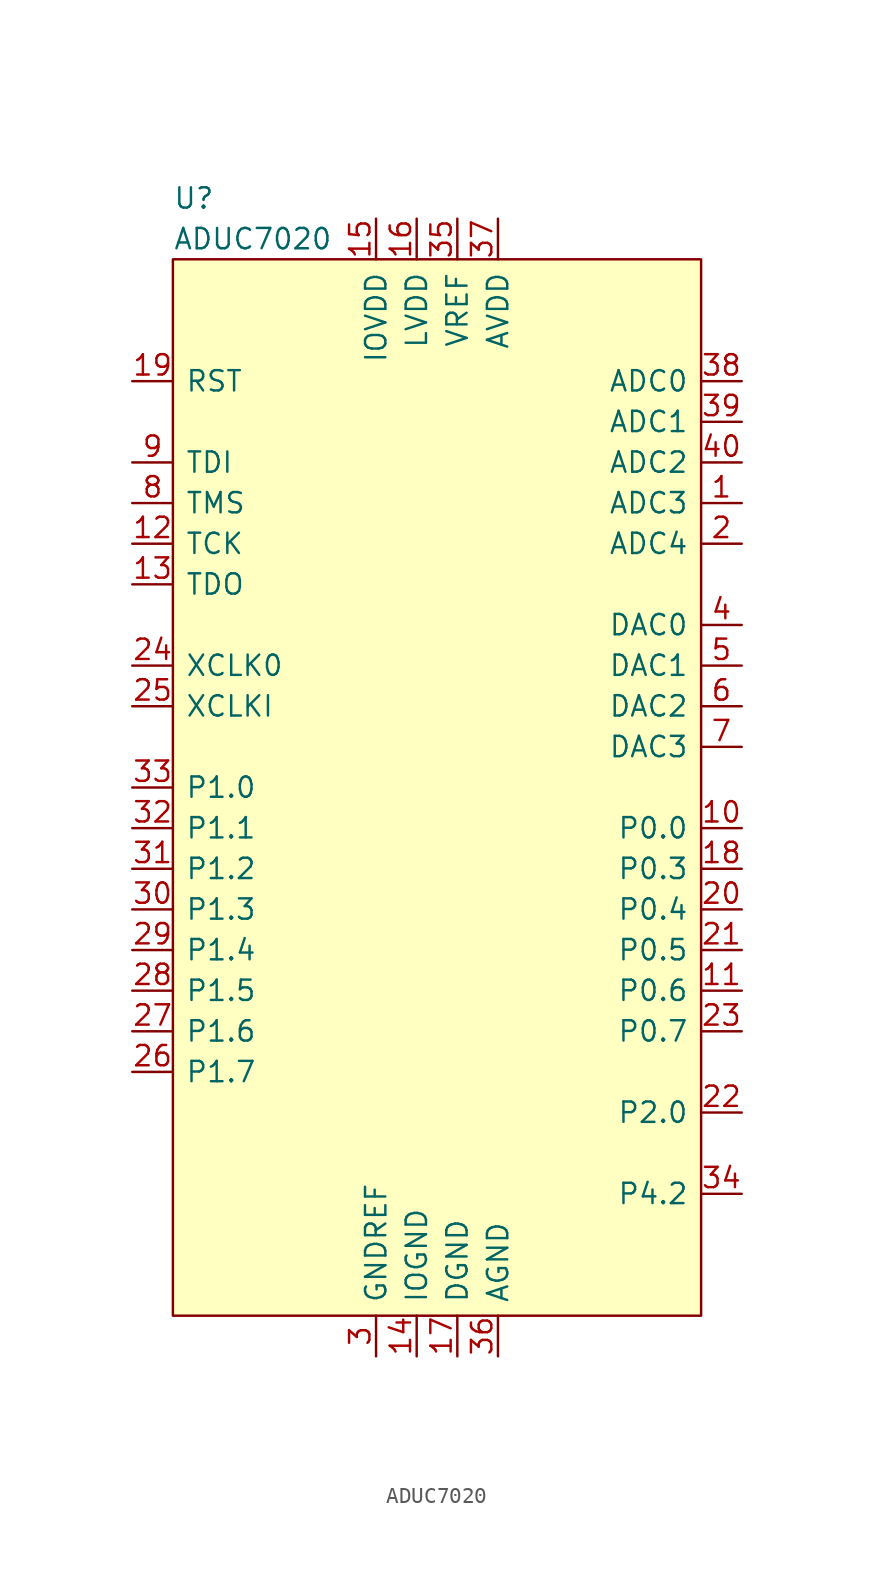
<source format=kicad_sym>
(kicad_symbol_lib
  (version 20220914)
  (generator kicad_symbol_editor)
  (symbol "ADUC7020"
    (pin_names
      (offset 0.762))
    (property "Reference" "U"
      (at -15.24 39.37 0)
      (effects (font (size 1.27 1.27)) (justify left)))
    (property "Value" "ADUC7020"
      (at -15.24 36.83 0)
      (effects (font (size 1.27 1.27)) (justify left)))
    (symbol "ADUC7020_1_1"
      (rectangle (start -15.24 35.56) (end 17.78 -30.48) (stroke (width 0) (type default)) (fill (type background)))
      (pin bidirectional line (at 20.32 20.32 180) (length 2.54) (name "ADC3" (effects (font (size 1.27 1.27)))) (number "1" (effects (font (size 1.27 1.27)))))
      (pin bidirectional line (at 20.32 0 180) (length 2.54) (name "P0.0" (effects (font (size 1.27 1.27)))) (number "10" (effects (font (size 1.27 1.27)))))
      (pin bidirectional line (at 20.32 -10.16 180) (length 2.54) (name "P0.6" (effects (font (size 1.27 1.27)))) (number "11" (effects (font (size 1.27 1.27)))))
      (pin bidirectional line (at -17.78 17.78 0) (length 2.54) (name "TCK" (effects (font (size 1.27 1.27)))) (number "12" (effects (font (size 1.27 1.27)))))
      (pin bidirectional line (at -17.78 15.24 0) (length 2.54) (name "TDO" (effects (font (size 1.27 1.27)))) (number "13" (effects (font (size 1.27 1.27)))))
      (pin power_in line (at 0 -33.02 90) (length 2.54) (name "IOGND" (effects (font (size 1.27 1.27)))) (number "14" (effects (font (size 1.27 1.27)))))
      (pin power_in line (at -2.54 38.1 270) (length 2.54) (name "IOVDD" (effects (font (size 1.27 1.27)))) (number "15" (effects (font (size 1.27 1.27)))))
      (pin power_in line (at 0 38.1 270) (length 2.54) (name "LVDD" (effects (font (size 1.27 1.27)))) (number "16" (effects (font (size 1.27 1.27)))))
      (pin power_in line (at 2.54 -33.02 90) (length 2.54) (name "DGND" (effects (font (size 1.27 1.27)))) (number "17" (effects (font (size 1.27 1.27)))))
      (pin bidirectional line (at 20.32 -2.54 180) (length 2.54) (name "P0.3" (effects (font (size 1.27 1.27)))) (number "18" (effects (font (size 1.27 1.27)))))
      (pin bidirectional line (at -17.78 27.94 0) (length 2.54) (name "RST" (effects (font (size 1.27 1.27)))) (number "19" (effects (font (size 1.27 1.27)))))
      (pin bidirectional line (at 20.32 17.78 180) (length 2.54) (name "ADC4" (effects (font (size 1.27 1.27)))) (number "2" (effects (font (size 1.27 1.27)))))
      (pin bidirectional line (at 20.32 -5.08 180) (length 2.54) (name "P0.4" (effects (font (size 1.27 1.27)))) (number "20" (effects (font (size 1.27 1.27)))))
      (pin bidirectional line (at 20.32 -7.62 180) (length 2.54) (name "P0.5" (effects (font (size 1.27 1.27)))) (number "21" (effects (font (size 1.27 1.27)))))
      (pin bidirectional line (at 20.32 -17.78 180) (length 2.54) (name "P2.0" (effects (font (size 1.27 1.27)))) (number "22" (effects (font (size 1.27 1.27)))))
      (pin bidirectional line (at 20.32 -12.7 180) (length 2.54) (name "P0.7" (effects (font (size 1.27 1.27)))) (number "23" (effects (font (size 1.27 1.27)))))
      (pin output line (at -17.78 10.16 0) (length 2.54) (name "XCLK0" (effects (font (size 1.27 1.27)))) (number "24" (effects (font (size 1.27 1.27)))))
      (pin input line (at -17.78 7.62 0) (length 2.54) (name "XCLKI" (effects (font (size 1.27 1.27)))) (number "25" (effects (font (size 1.27 1.27)))))
      (pin bidirectional line (at -17.78 -15.24 0) (length 2.54) (name "P1.7" (effects (font (size 1.27 1.27)))) (number "26" (effects (font (size 1.27 1.27)))))
      (pin bidirectional line (at -17.78 -12.7 0) (length 2.54) (name "P1.6" (effects (font (size 1.27 1.27)))) (number "27" (effects (font (size 1.27 1.27)))))
      (pin bidirectional line (at -17.78 -10.16 0) (length 2.54) (name "P1.5" (effects (font (size 1.27 1.27)))) (number "28" (effects (font (size 1.27 1.27)))))
      (pin bidirectional line (at -17.78 -7.62 0) (length 2.54) (name "P1.4" (effects (font (size 1.27 1.27)))) (number "29" (effects (font (size 1.27 1.27)))))
      (pin power_in line (at -2.54 -33.02 90) (length 2.54) (name "GNDREF" (effects (font (size 1.27 1.27)))) (number "3" (effects (font (size 1.27 1.27)))))
      (pin bidirectional line (at -17.78 -5.08 0) (length 2.54) (name "P1.3" (effects (font (size 1.27 1.27)))) (number "30" (effects (font (size 1.27 1.27)))))
      (pin bidirectional line (at -17.78 -2.54 0) (length 2.54) (name "P1.2" (effects (font (size 1.27 1.27)))) (number "31" (effects (font (size 1.27 1.27)))))
      (pin bidirectional line (at -17.78 0 0) (length 2.54) (name "P1.1" (effects (font (size 1.27 1.27)))) (number "32" (effects (font (size 1.27 1.27)))))
      (pin bidirectional line (at -17.78 2.54 0) (length 2.54) (name "P1.0" (effects (font (size 1.27 1.27)))) (number "33" (effects (font (size 1.27 1.27)))))
      (pin bidirectional line (at 20.32 -22.86 180) (length 2.54) (name "P4.2" (effects (font (size 1.27 1.27)))) (number "34" (effects (font (size 1.27 1.27)))))
      (pin power_in line (at 2.54 38.1 270) (length 2.54) (name "VREF" (effects (font (size 1.27 1.27)))) (number "35" (effects (font (size 1.27 1.27)))))
      (pin power_in line (at 5.08 -33.02 90) (length 2.54) (name "AGND" (effects (font (size 1.27 1.27)))) (number "36" (effects (font (size 1.27 1.27)))))
      (pin power_in line (at 5.08 38.1 270) (length 2.54) (name "AVDD" (effects (font (size 1.27 1.27)))) (number "37" (effects (font (size 1.27 1.27)))))
      (pin input line (at 20.32 27.94 180) (length 2.54) (name "ADC0" (effects (font (size 1.27 1.27)))) (number "38" (effects (font (size 1.27 1.27)))))
      (pin input line (at 20.32 25.4 180) (length 2.54) (name "ADC1" (effects (font (size 1.27 1.27)))) (number "39" (effects (font (size 1.27 1.27)))))
      (pin bidirectional line (at 20.32 12.7 180) (length 2.54) (name "DAC0" (effects (font (size 1.27 1.27)))) (number "4" (effects (font (size 1.27 1.27)))))
      (pin input line (at 20.32 22.86 180) (length 2.54) (name "ADC2" (effects (font (size 1.27 1.27)))) (number "40" (effects (font (size 1.27 1.27)))))
      (pin bidirectional line (at 20.32 10.16 180) (length 2.54) (name "DAC1" (effects (font (size 1.27 1.27)))) (number "5" (effects (font (size 1.27 1.27)))))
      (pin bidirectional line (at 20.32 7.62 180) (length 2.54) (name "DAC2" (effects (font (size 1.27 1.27)))) (number "6" (effects (font (size 1.27 1.27)))))
      (pin bidirectional line (at 20.32 5.08 180) (length 2.54) (name "DAC3" (effects (font (size 1.27 1.27)))) (number "7" (effects (font (size 1.27 1.27)))))
      (pin bidirectional line (at -17.78 20.32 0) (length 2.54) (name "TMS" (effects (font (size 1.27 1.27)))) (number "8" (effects (font (size 1.27 1.27)))))
      (pin bidirectional line (at -17.78 22.86 0) (length 2.54) (name "TDI" (effects (font (size 1.27 1.27)))) (number "9" (effects (font (size 1.27 1.27))))))))
</source>
